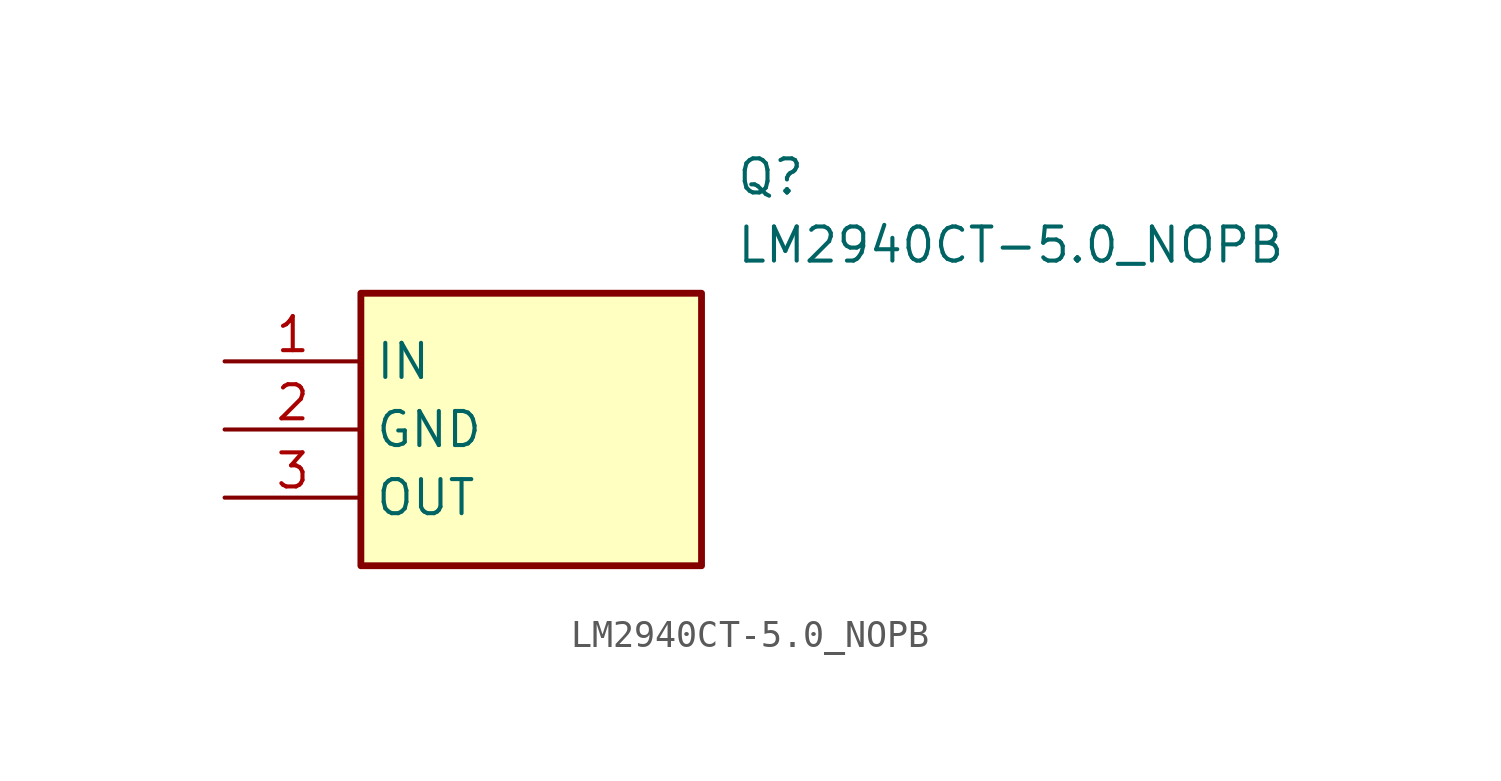
<source format=kicad_sym>
(kicad_symbol_lib
  (version 20211014)
  (generator SamacSys_ECAD_Model)
  (symbol "LM2940CT-5.0_NOPB"
    (property "Reference" "Q"
      (at 19.05 7.62 0)
      (effects (font (size 1.27 1.27)) (justify left top)))
    (property "Value" "LM2940CT-5.0_NOPB"
      (at 19.05 5.08 0)
      (effects (font (size 1.27 1.27)) (justify left top)))
    (rectangle
      (start 5.08 2.54)
      (end 17.78 -7.62)
      (stroke (width 0.254) (type default))
      (fill (type background)))
    (pin passive line
      (at 0 0 0)
      (length 5.08)
      (name "IN" (effects (font (size 1.27 1.27))))
      (number "1" (effects (font (size 1.27 1.27)))))
    (pin passive line
      (at 0 -2.54 0)
      (length 5.08)
      (name "GND" (effects (font (size 1.27 1.27))))
      (number "2" (effects (font (size 1.27 1.27)))))
    (pin passive line
      (at 0 -5.08 0)
      (length 5.08)
      (name "OUT" (effects (font (size 1.27 1.27))))
      (number "3" (effects (font (size 1.27 1.27)))))))
</source>
